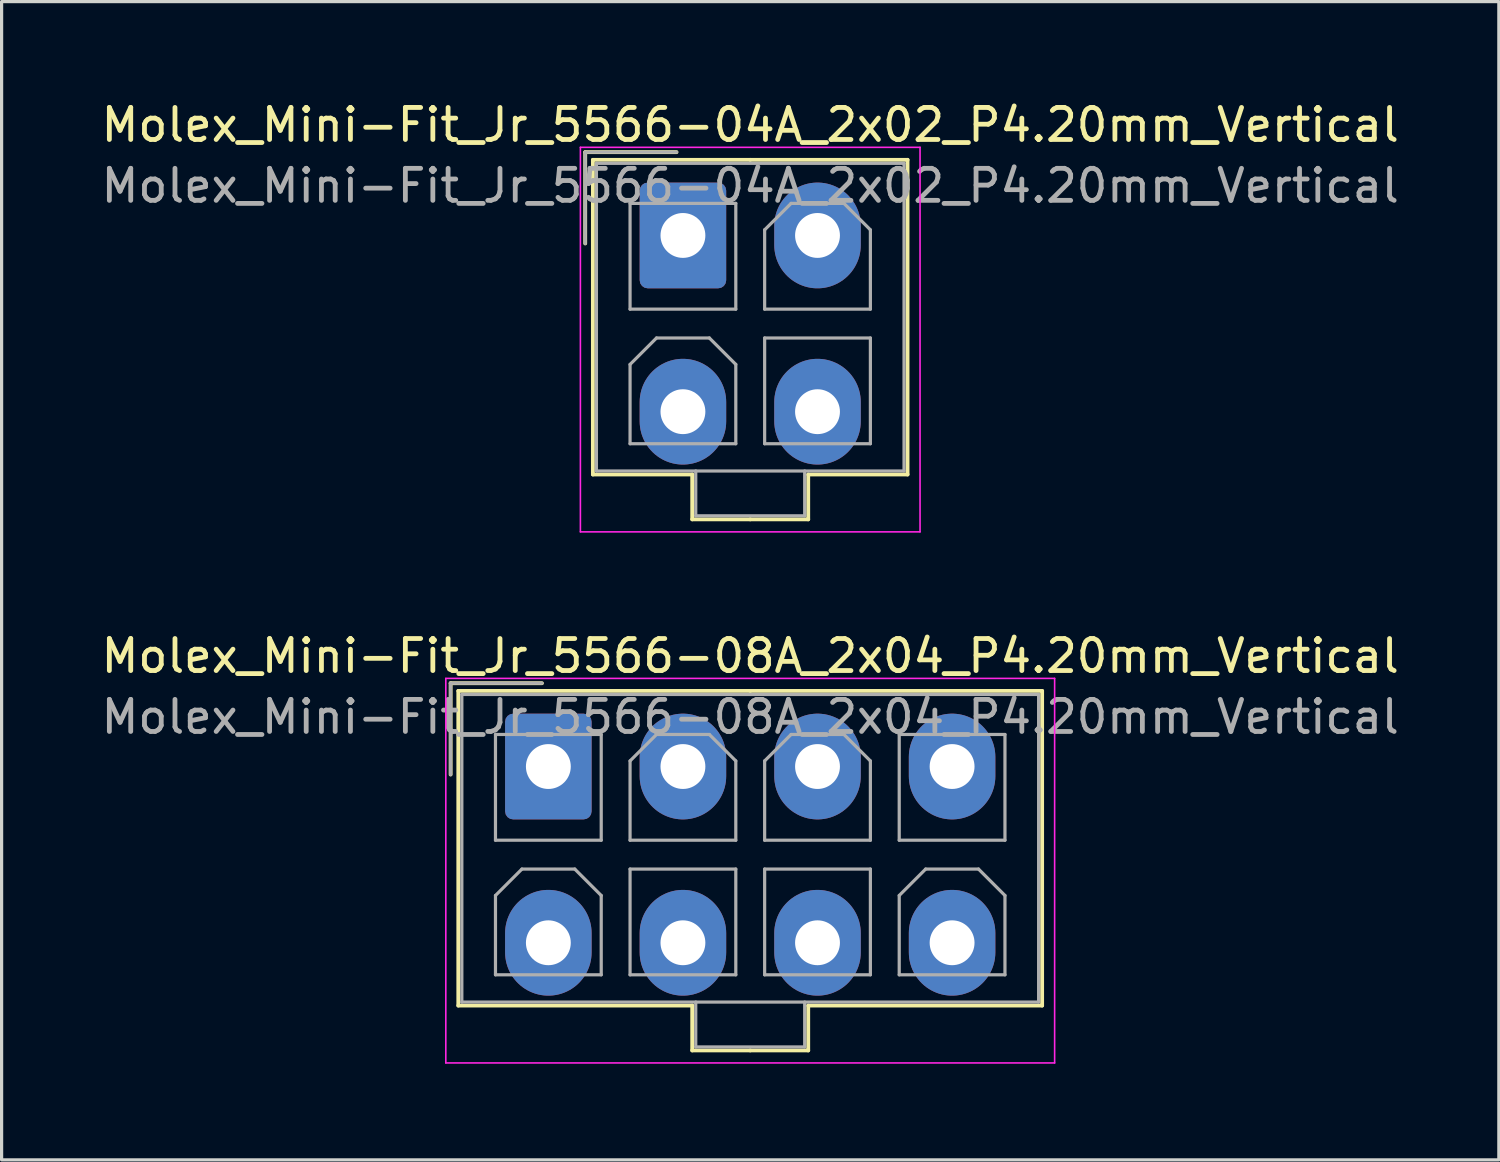
<source format=kicad_pcb>
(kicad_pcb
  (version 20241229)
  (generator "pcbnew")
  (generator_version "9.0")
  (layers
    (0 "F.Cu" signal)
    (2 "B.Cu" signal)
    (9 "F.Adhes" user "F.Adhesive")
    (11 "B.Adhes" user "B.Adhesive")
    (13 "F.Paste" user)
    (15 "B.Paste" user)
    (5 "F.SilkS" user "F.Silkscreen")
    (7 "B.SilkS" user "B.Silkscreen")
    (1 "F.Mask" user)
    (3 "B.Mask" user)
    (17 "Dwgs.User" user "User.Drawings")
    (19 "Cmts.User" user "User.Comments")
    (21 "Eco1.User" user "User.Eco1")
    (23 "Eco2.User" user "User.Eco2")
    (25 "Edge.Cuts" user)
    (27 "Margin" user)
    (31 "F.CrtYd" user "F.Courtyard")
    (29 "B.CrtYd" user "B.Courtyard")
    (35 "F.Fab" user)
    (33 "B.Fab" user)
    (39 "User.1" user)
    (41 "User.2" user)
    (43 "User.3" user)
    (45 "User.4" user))
  (footprint "Molex_Mini-Fit_Jr_5566-04A_2x02_P4.20mm_Vertical"
    (layer "F.Cu")
    (at 18.263 4.298)
    (property "Reference" "Molex_Mini-Fit_Jr_5566-04A_2x02_P4.20mm_Vertical" (at 2.1 -3.45 0) (layer "F.SilkS") (effects (font (size 1 1) (thickness 0.15))))
    (attr through_hole)
    (fp_line (start -3.05 -2.6) (end -3.05 0.25) (stroke (width 0.12) (type solid)) (layer "F.SilkS"))
    (fp_line (start -2.81 -2.36) (end -2.81 7.46) (stroke (width 0.12) (type solid)) (layer "F.SilkS"))
    (fp_line (start -2.81 7.46) (end 0.29 7.46) (stroke (width 0.12) (type solid)) (layer "F.SilkS"))
    (fp_line (start -0.2 -2.6) (end -3.05 -2.6) (stroke (width 0.12) (type solid)) (layer "F.SilkS"))
    (fp_line (start 0.29 7.46) (end 0.29 8.86) (stroke (width 0.12) (type solid)) (layer "F.SilkS"))
    (fp_line (start 0.29 8.86) (end 2.1 8.86) (stroke (width 0.12) (type solid)) (layer "F.SilkS"))
    (fp_line (start 2.1 -2.36) (end -2.81 -2.36) (stroke (width 0.12) (type solid)) (layer "F.SilkS"))
    (fp_line (start 2.1 -2.36) (end 7.01 -2.36) (stroke (width 0.12) (type solid)) (layer "F.SilkS"))
    (fp_line (start 3.91 7.46) (end 3.91 8.86) (stroke (width 0.12) (type solid)) (layer "F.SilkS"))
    (fp_line (start 3.91 8.86) (end 2.1 8.86) (stroke (width 0.12) (type solid)) (layer "F.SilkS"))
    (fp_line (start 7.01 -2.36) (end 7.01 7.46) (stroke (width 0.12) (type solid)) (layer "F.SilkS"))
    (fp_line (start 7.01 7.46) (end 3.91 7.46) (stroke (width 0.12) (type solid)) (layer "F.SilkS"))
    (fp_line (start -3.2 -2.75) (end -3.2 9.25) (stroke (width 0.05) (type solid)) (layer "F.CrtYd"))
    (fp_line (start -3.2 9.25) (end 7.4 9.25) (stroke (width 0.05) (type solid)) (layer "F.CrtYd"))
    (fp_line (start 7.4 -2.75) (end -3.2 -2.75) (stroke (width 0.05) (type solid)) (layer "F.CrtYd"))
    (fp_line (start 7.4 9.25) (end 7.4 -2.75) (stroke (width 0.05) (type solid)) (layer "F.CrtYd"))
    (fp_line (start -3.05 -2.6) (end -3.05 0.25) (stroke (width 0.1) (type solid)) (layer "F.Fab"))
    (fp_line (start -2.7 -2.25) (end -2.7 7.35) (stroke (width 0.1) (type solid)) (layer "F.Fab"))
    (fp_line (start -2.7 7.35) (end 6.9 7.35) (stroke (width 0.1) (type solid)) (layer "F.Fab"))
    (fp_line (start -1.65 -1) (end -1.65 2.3) (stroke (width 0.1) (type solid)) (layer "F.Fab"))
    (fp_line (start -1.65 2.3) (end 1.65 2.3) (stroke (width 0.1) (type solid)) (layer "F.Fab"))
    (fp_line (start -1.65 4.025) (end -0.825 3.2) (stroke (width 0.1) (type solid)) (layer "F.Fab"))
    (fp_line (start -1.65 6.5) (end -1.65 4.025) (stroke (width 0.1) (type solid)) (layer "F.Fab"))
    (fp_line (start -0.825 3.2) (end 0.825 3.2) (stroke (width 0.1) (type solid)) (layer "F.Fab"))
    (fp_line (start -0.2 -2.6) (end -3.05 -2.6) (stroke (width 0.1) (type solid)) (layer "F.Fab"))
    (fp_line (start 0.4 7.35) (end 0.4 8.75) (stroke (width 0.1) (type solid)) (layer "F.Fab"))
    (fp_line (start 0.4 8.75) (end 3.8 8.75) (stroke (width 0.1) (type solid)) (layer "F.Fab"))
    (fp_line (start 0.825 3.2) (end 1.65 4.025) (stroke (width 0.1) (type solid)) (layer "F.Fab"))
    (fp_line (start 1.65 -1) (end -1.65 -1) (stroke (width 0.1) (type solid)) (layer "F.Fab"))
    (fp_line (start 1.65 2.3) (end 1.65 -1) (stroke (width 0.1) (type solid)) (layer "F.Fab"))
    (fp_line (start 1.65 4.025) (end 1.65 6.5) (stroke (width 0.1) (type solid)) (layer "F.Fab"))
    (fp_line (start 1.65 6.5) (end -1.65 6.5) (stroke (width 0.1) (type solid)) (layer "F.Fab"))
    (fp_line (start 2.55 -0.175) (end 3.375 -1) (stroke (width 0.1) (type solid)) (layer "F.Fab"))
    (fp_line (start 2.55 2.3) (end 2.55 -0.175) (stroke (width 0.1) (type solid)) (layer "F.Fab"))
    (fp_line (start 2.55 3.2) (end 2.55 6.5) (stroke (width 0.1) (type solid)) (layer "F.Fab"))
    (fp_line (start 2.55 6.5) (end 5.85 6.5) (stroke (width 0.1) (type solid)) (layer "F.Fab"))
    (fp_line (start 3.375 -1) (end 5.025 -1) (stroke (width 0.1) (type solid)) (layer "F.Fab"))
    (fp_line (start 3.8 8.75) (end 3.8 7.35) (stroke (width 0.1) (type solid)) (layer "F.Fab"))
    (fp_line (start 5.025 -1) (end 5.85 -0.175) (stroke (width 0.1) (type solid)) (layer "F.Fab"))
    (fp_line (start 5.85 -0.175) (end 5.85 2.3) (stroke (width 0.1) (type solid)) (layer "F.Fab"))
    (fp_line (start 5.85 2.3) (end 2.55 2.3) (stroke (width 0.1) (type solid)) (layer "F.Fab"))
    (fp_line (start 5.85 3.2) (end 2.55 3.2) (stroke (width 0.1) (type solid)) (layer "F.Fab"))
    (fp_line (start 5.85 6.5) (end 5.85 3.2) (stroke (width 0.1) (type solid)) (layer "F.Fab"))
    (fp_line (start 6.9 -2.25) (end -2.7 -2.25) (stroke (width 0.1) (type solid)) (layer "F.Fab"))
    (fp_line (start 6.9 7.35) (end 6.9 -2.25) (stroke (width 0.1) (type solid)) (layer "F.Fab"))
    (fp_text user "${REFERENCE}" (at 2.1 -1.55 0) (layer "F.Fab") (effects (font (size 1 1) (thickness 0.15))))
    (pad "1" thru_hole roundrect (at 0 0) (size 2.7 3.3) (drill 1.4) (layers "*.Cu" "*.Mask") (roundrect_rratio 0.093))
    (pad "2" thru_hole oval (at 4.2 0) (size 2.7 3.3) (drill 1.4) (layers "*.Cu" "*.Mask"))
    (pad "3" thru_hole oval (at 0 5.5) (size 2.7 3.3) (drill 1.4) (layers "*.Cu" "*.Mask"))
    (pad "4" thru_hole oval (at 4.2 5.5) (size 2.7 3.3) (drill 1.4) (layers "*.Cu" "*.Mask")))
  (footprint "Molex_Mini-Fit_Jr_5566-08A_2x04_P4.20mm_Vertical"
    (layer "F.Cu")
    (at 14.063 20.872)
    (property "Reference" "Molex_Mini-Fit_Jr_5566-08A_2x04_P4.20mm_Vertical" (at 6.3 -3.45 0) (layer "F.SilkS") (effects (font (size 1 1) (thickness 0.15))))
    (attr through_hole)
    (fp_line (start -3.05 -2.6) (end -3.05 0.25) (stroke (width 0.12) (type solid)) (layer "F.SilkS"))
    (fp_line (start -2.81 -2.36) (end -2.81 7.46) (stroke (width 0.12) (type solid)) (layer "F.SilkS"))
    (fp_line (start -2.81 7.46) (end 4.49 7.46) (stroke (width 0.12) (type solid)) (layer "F.SilkS"))
    (fp_line (start -0.2 -2.6) (end -3.05 -2.6) (stroke (width 0.12) (type solid)) (layer "F.SilkS"))
    (fp_line (start 4.49 7.46) (end 4.49 8.86) (stroke (width 0.12) (type solid)) (layer "F.SilkS"))
    (fp_line (start 4.49 8.86) (end 6.3 8.86) (stroke (width 0.12) (type solid)) (layer "F.SilkS"))
    (fp_line (start 6.3 -2.36) (end -2.81 -2.36) (stroke (width 0.12) (type solid)) (layer "F.SilkS"))
    (fp_line (start 6.3 -2.36) (end 15.41 -2.36) (stroke (width 0.12) (type solid)) (layer "F.SilkS"))
    (fp_line (start 8.11 7.46) (end 8.11 8.86) (stroke (width 0.12) (type solid)) (layer "F.SilkS"))
    (fp_line (start 8.11 8.86) (end 6.3 8.86) (stroke (width 0.12) (type solid)) (layer "F.SilkS"))
    (fp_line (start 15.41 -2.36) (end 15.41 7.46) (stroke (width 0.12) (type solid)) (layer "F.SilkS"))
    (fp_line (start 15.41 7.46) (end 8.11 7.46) (stroke (width 0.12) (type solid)) (layer "F.SilkS"))
    (fp_line (start -3.2 -2.75) (end -3.2 9.25) (stroke (width 0.05) (type solid)) (layer "F.CrtYd"))
    (fp_line (start -3.2 9.25) (end 15.8 9.25) (stroke (width 0.05) (type solid)) (layer "F.CrtYd"))
    (fp_line (start 15.8 -2.75) (end -3.2 -2.75) (stroke (width 0.05) (type solid)) (layer "F.CrtYd"))
    (fp_line (start 15.8 9.25) (end 15.8 -2.75) (stroke (width 0.05) (type solid)) (layer "F.CrtYd"))
    (fp_line (start -3.05 -2.6) (end -3.05 0.25) (stroke (width 0.1) (type solid)) (layer "F.Fab"))
    (fp_line (start -2.7 -2.25) (end -2.7 7.35) (stroke (width 0.1) (type solid)) (layer "F.Fab"))
    (fp_line (start -2.7 7.35) (end 15.3 7.35) (stroke (width 0.1) (type solid)) (layer "F.Fab"))
    (fp_line (start -1.65 -1) (end -1.65 2.3) (stroke (width 0.1) (type solid)) (layer "F.Fab"))
    (fp_line (start -1.65 2.3) (end 1.65 2.3) (stroke (width 0.1) (type solid)) (layer "F.Fab"))
    (fp_line (start -1.65 4.025) (end -0.825 3.2) (stroke (width 0.1) (type solid)) (layer "F.Fab"))
    (fp_line (start -1.65 6.5) (end -1.65 4.025) (stroke (width 0.1) (type solid)) (layer "F.Fab"))
    (fp_line (start -0.825 3.2) (end 0.825 3.2) (stroke (width 0.1) (type solid)) (layer "F.Fab"))
    (fp_line (start -0.2 -2.6) (end -3.05 -2.6) (stroke (width 0.1) (type solid)) (layer "F.Fab"))
    (fp_line (start 0.825 3.2) (end 1.65 4.025) (stroke (width 0.1) (type solid)) (layer "F.Fab"))
    (fp_line (start 1.65 -1) (end -1.65 -1) (stroke (width 0.1) (type solid)) (layer "F.Fab"))
    (fp_line (start 1.65 2.3) (end 1.65 -1) (stroke (width 0.1) (type solid)) (layer "F.Fab"))
    (fp_line (start 1.65 4.025) (end 1.65 6.5) (stroke (width 0.1) (type solid)) (layer "F.Fab"))
    (fp_line (start 1.65 6.5) (end -1.65 6.5) (stroke (width 0.1) (type solid)) (layer "F.Fab"))
    (fp_line (start 2.55 -0.175) (end 3.375 -1) (stroke (width 0.1) (type solid)) (layer "F.Fab"))
    (fp_line (start 2.55 2.3) (end 2.55 -0.175) (stroke (width 0.1) (type solid)) (layer "F.Fab"))
    (fp_line (start 2.55 3.2) (end 2.55 6.5) (stroke (width 0.1) (type solid)) (layer "F.Fab"))
    (fp_line (start 2.55 6.5) (end 5.85 6.5) (stroke (width 0.1) (type solid)) (layer "F.Fab"))
    (fp_line (start 3.375 -1) (end 5.025 -1) (stroke (width 0.1) (type solid)) (layer "F.Fab"))
    (fp_line (start 4.6 7.35) (end 4.6 8.75) (stroke (width 0.1) (type solid)) (layer "F.Fab"))
    (fp_line (start 4.6 8.75) (end 8 8.75) (stroke (width 0.1) (type solid)) (layer "F.Fab"))
    (fp_line (start 5.025 -1) (end 5.85 -0.175) (stroke (width 0.1) (type solid)) (layer "F.Fab"))
    (fp_line (start 5.85 -0.175) (end 5.85 2.3) (stroke (width 0.1) (type solid)) (layer "F.Fab"))
    (fp_line (start 5.85 2.3) (end 2.55 2.3) (stroke (width 0.1) (type solid)) (layer "F.Fab"))
    (fp_line (start 5.85 3.2) (end 2.55 3.2) (stroke (width 0.1) (type solid)) (layer "F.Fab"))
    (fp_line (start 5.85 6.5) (end 5.85 3.2) (stroke (width 0.1) (type solid)) (layer "F.Fab"))
    (fp_line (start 6.75 -0.175) (end 7.575 -1) (stroke (width 0.1) (type solid)) (layer "F.Fab"))
    (fp_line (start 6.75 2.3) (end 6.75 -0.175) (stroke (width 0.1) (type solid)) (layer "F.Fab"))
    (fp_line (start 6.75 3.2) (end 6.75 6.5) (stroke (width 0.1) (type solid)) (layer "F.Fab"))
    (fp_line (start 6.75 6.5) (end 10.05 6.5) (stroke (width 0.1) (type solid)) (layer "F.Fab"))
    (fp_line (start 7.575 -1) (end 9.225 -1) (stroke (width 0.1) (type solid)) (layer "F.Fab"))
    (fp_line (start 8 8.75) (end 8 7.35) (stroke (width 0.1) (type solid)) (layer "F.Fab"))
    (fp_line (start 9.225 -1) (end 10.05 -0.175) (stroke (width 0.1) (type solid)) (layer "F.Fab"))
    (fp_line (start 10.05 -0.175) (end 10.05 2.3) (stroke (width 0.1) (type solid)) (layer "F.Fab"))
    (fp_line (start 10.05 2.3) (end 6.75 2.3) (stroke (width 0.1) (type solid)) (layer "F.Fab"))
    (fp_line (start 10.05 3.2) (end 6.75 3.2) (stroke (width 0.1) (type solid)) (layer "F.Fab"))
    (fp_line (start 10.05 6.5) (end 10.05 3.2) (stroke (width 0.1) (type solid)) (layer "F.Fab"))
    (fp_line (start 10.95 -1) (end 10.95 2.3) (stroke (width 0.1) (type solid)) (layer "F.Fab"))
    (fp_line (start 10.95 2.3) (end 14.25 2.3) (stroke (width 0.1) (type solid)) (layer "F.Fab"))
    (fp_line (start 10.95 4.025) (end 11.775 3.2) (stroke (width 0.1) (type solid)) (layer "F.Fab"))
    (fp_line (start 10.95 6.5) (end 10.95 4.025) (stroke (width 0.1) (type solid)) (layer "F.Fab"))
    (fp_line (start 11.775 3.2) (end 13.425 3.2) (stroke (width 0.1) (type solid)) (layer "F.Fab"))
    (fp_line (start 13.425 3.2) (end 14.25 4.025) (stroke (width 0.1) (type solid)) (layer "F.Fab"))
    (fp_line (start 14.25 -1) (end 10.95 -1) (stroke (width 0.1) (type solid)) (layer "F.Fab"))
    (fp_line (start 14.25 2.3) (end 14.25 -1) (stroke (width 0.1) (type solid)) (layer "F.Fab"))
    (fp_line (start 14.25 4.025) (end 14.25 6.5) (stroke (width 0.1) (type solid)) (layer "F.Fab"))
    (fp_line (start 14.25 6.5) (end 10.95 6.5) (stroke (width 0.1) (type solid)) (layer "F.Fab"))
    (fp_line (start 15.3 -2.25) (end -2.7 -2.25) (stroke (width 0.1) (type solid)) (layer "F.Fab"))
    (fp_line (start 15.3 7.35) (end 15.3 -2.25) (stroke (width 0.1) (type solid)) (layer "F.Fab"))
    (fp_text user "${REFERENCE}" (at 6.3 -1.55 0) (layer "F.Fab") (effects (font (size 1 1) (thickness 0.15))))
    (pad "1" thru_hole roundrect (at 0 0) (size 2.7 3.3) (drill 1.4) (layers "*.Cu" "*.Mask") (roundrect_rratio 0.093))
    (pad "2" thru_hole oval (at 4.2 0) (size 2.7 3.3) (drill 1.4) (layers "*.Cu" "*.Mask"))
    (pad "3" thru_hole oval (at 8.4 0) (size 2.7 3.3) (drill 1.4) (layers "*.Cu" "*.Mask"))
    (pad "4" thru_hole oval (at 12.6 0) (size 2.7 3.3) (drill 1.4) (layers "*.Cu" "*.Mask"))
    (pad "5" thru_hole oval (at 0 5.5) (size 2.7 3.3) (drill 1.4) (layers "*.Cu" "*.Mask"))
    (pad "6" thru_hole oval (at 4.2 5.5) (size 2.7 3.3) (drill 1.4) (layers "*.Cu" "*.Mask"))
    (pad "7" thru_hole oval (at 8.4 5.5) (size 2.7 3.3) (drill 1.4) (layers "*.Cu" "*.Mask"))
    (pad "8" thru_hole oval (at 12.6 5.5) (size 2.7 3.3) (drill 1.4) (layers "*.Cu" "*.Mask")))
  (gr_rect
    (start -3 -3)
    (end 43.726 33.147)
    (stroke (width 0.1) (type default))
    (fill no)
    (layer "Edge.Cuts")))
</source>
